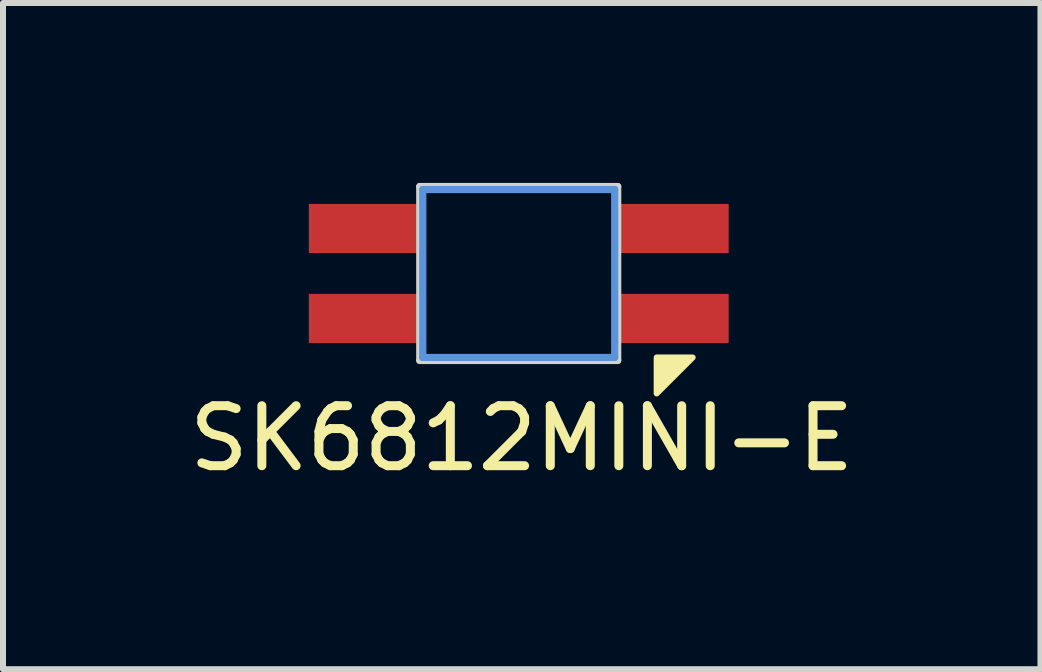
<source format=kicad_pcb>
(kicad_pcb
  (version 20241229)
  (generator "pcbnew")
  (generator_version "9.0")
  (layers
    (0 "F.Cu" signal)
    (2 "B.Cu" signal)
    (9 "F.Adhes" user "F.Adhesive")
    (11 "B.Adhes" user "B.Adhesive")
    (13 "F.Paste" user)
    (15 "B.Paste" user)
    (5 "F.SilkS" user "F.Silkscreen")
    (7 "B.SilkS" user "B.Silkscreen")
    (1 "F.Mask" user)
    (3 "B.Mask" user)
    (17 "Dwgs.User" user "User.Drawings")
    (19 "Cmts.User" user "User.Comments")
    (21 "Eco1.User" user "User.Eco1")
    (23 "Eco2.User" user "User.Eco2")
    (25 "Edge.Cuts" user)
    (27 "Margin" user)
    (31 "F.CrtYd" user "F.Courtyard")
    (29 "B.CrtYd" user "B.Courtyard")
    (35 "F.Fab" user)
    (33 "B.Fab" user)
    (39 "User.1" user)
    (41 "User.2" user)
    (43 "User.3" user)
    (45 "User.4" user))
  (footprint "SK6812MINI-E"
    (layer "F.Cu")
    (at 5.649 1.51)
    (property "Reference" "SK6812MINI-E" (at 0 2.75 0) (unlocked yes) (layer "F.SilkS") (effects (font (size 1 1) (thickness 0.15))))
    (attr smd)
    (fp_poly (pts (xy 2.25 2) (xy 2.25 1.4) (xy 2.85 1.4)) (stroke (width 0.1) (type solid)) (fill yes) (layer "F.SilkS"))
    (fp_line (start -1.65 -1.4) (end 1.55 -1.4) (stroke (width 0.12) (type solid)) (layer "Cmts.User"))
    (fp_line (start -1.65 1.4) (end -1.65 -1.4) (stroke (width 0.12) (type solid)) (layer "Cmts.User"))
    (fp_line (start 1.55 -1.4) (end 1.55 1.4) (stroke (width 0.12) (type solid)) (layer "Cmts.User"))
    (fp_line (start 1.55 1.4) (end -1.65 1.4) (stroke (width 0.12) (type solid)) (layer "Cmts.User"))
    (fp_line (start -1.7 -1.45) (end 1.6 -1.45) (stroke (width 0.12) (type solid)) (layer "Edge.Cuts"))
    (fp_line (start -1.7 1.45) (end -1.7 -1.45) (stroke (width 0.12) (type solid)) (layer "Edge.Cuts"))
    (fp_line (start 1.6 -1.45) (end 1.6 1.45) (stroke (width 0.12) (type solid)) (layer "Edge.Cuts"))
    (fp_line (start 1.6 1.45) (end -1.7 1.45) (stroke (width 0.12) (type solid)) (layer "Edge.Cuts"))
    (pad "1" smd rect (at -2.65 -0.75) (size 1.8 0.82) (layers "F.Cu" "F.Mask" "F.Paste"))
    (pad "2" smd rect (at -2.65 0.75) (size 1.8 0.82) (layers "F.Cu" "F.Mask" "F.Paste"))
    (pad "3" smd rect (at 2.55 0.75) (size 1.8 0.82) (layers "F.Cu" "F.Mask" "F.Paste"))
    (pad "4" smd rect (at 2.55 -0.75) (size 1.8 0.82) (layers "F.Cu" "F.Mask" "F.Paste")))
  (gr_rect
    (start -3 -3)
    (end 14.298 8.108)
    (stroke (width 0.1) (type default))
    (fill no)
    (layer "Edge.Cuts")))
</source>
